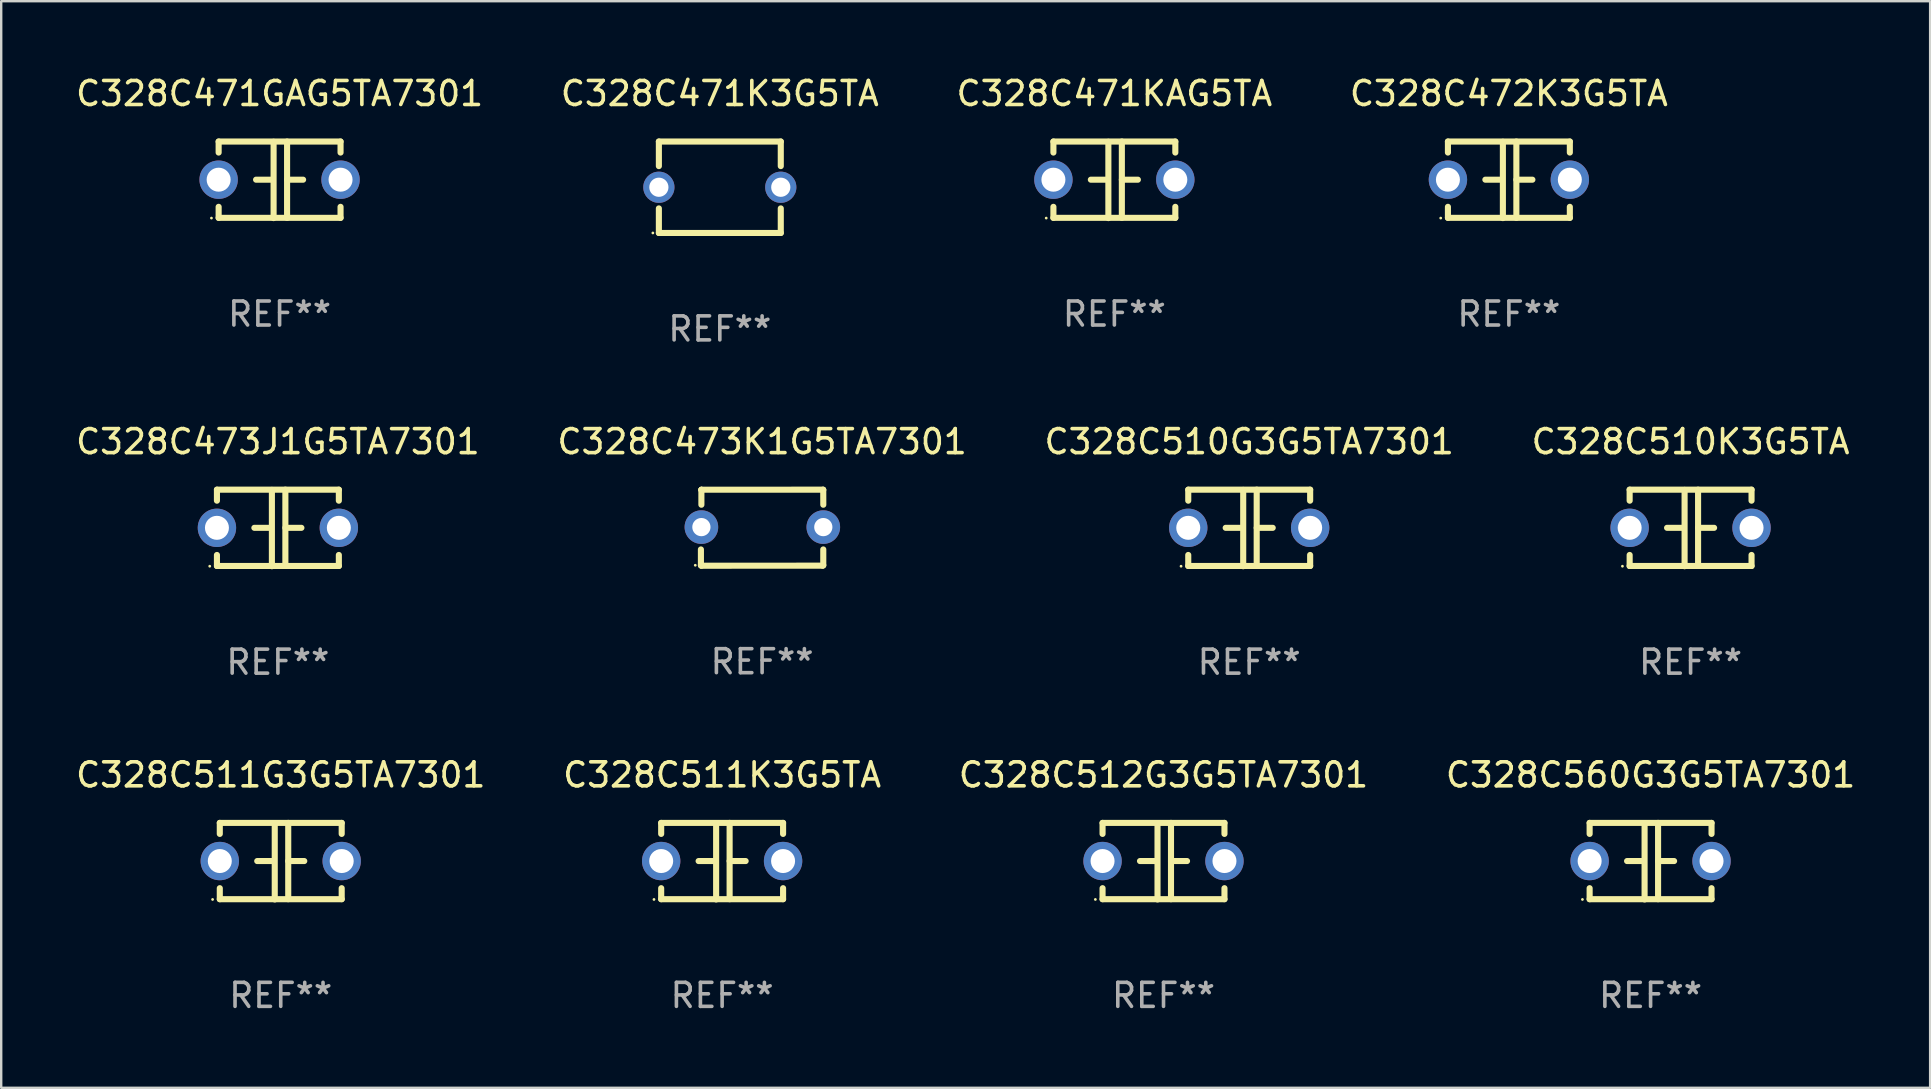
<source format=kicad_pcb>
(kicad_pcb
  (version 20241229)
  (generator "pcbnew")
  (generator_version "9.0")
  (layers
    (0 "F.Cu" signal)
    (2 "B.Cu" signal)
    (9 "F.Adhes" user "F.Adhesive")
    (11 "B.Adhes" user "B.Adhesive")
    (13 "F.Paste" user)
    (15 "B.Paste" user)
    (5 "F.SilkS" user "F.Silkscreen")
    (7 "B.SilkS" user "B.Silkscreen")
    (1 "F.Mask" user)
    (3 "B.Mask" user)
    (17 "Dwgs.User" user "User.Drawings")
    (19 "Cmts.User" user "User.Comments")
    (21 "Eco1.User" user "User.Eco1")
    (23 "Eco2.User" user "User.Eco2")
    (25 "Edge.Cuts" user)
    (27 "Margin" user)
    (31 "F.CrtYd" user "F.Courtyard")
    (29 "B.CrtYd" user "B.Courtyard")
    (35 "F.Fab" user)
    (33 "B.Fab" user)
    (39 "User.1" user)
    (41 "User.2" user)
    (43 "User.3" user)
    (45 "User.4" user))
  (footprint "C328C511G3G5TA7301"
    (layer "F.Cu")
    (at 8.649 32.836)
    (property "Reference" "C328C511G3G5TA7301" (at 0 -3.595 0) (layer "F.SilkS") (effects (font (size 1 1) (thickness 0.15))))
    (attr through_hole)
    (fp_line (start -2.54 -1.595) (end -2.54 -1.136) (stroke (width 0.254) (type solid)) (layer "F.SilkS"))
    (fp_line (start -2.54 -1.595) (end 2.54 -1.595) (stroke (width 0.254) (type solid)) (layer "F.SilkS"))
    (fp_line (start -2.54 1.126) (end -2.54 1.585) (stroke (width 0.254) (type solid)) (layer "F.SilkS"))
    (fp_line (start -0.312 -0.005) (end -0.98 -0.005) (stroke (width 0.254) (type solid)) (layer "F.SilkS"))
    (fp_line (start -0.25 -1.585) (end -0.25 1.595) (stroke (width 0.254) (type solid)) (layer "F.SilkS"))
    (fp_line (start 0.312 -1.595) (end 0.312 1.585) (stroke (width 0.254) (type solid)) (layer "F.SilkS"))
    (fp_line (start 0.312 -0.005) (end 0.98 -0.005) (stroke (width 0.254) (type solid)) (layer "F.SilkS"))
    (fp_line (start 2.54 -1.595) (end 2.54 -1.136) (stroke (width 0.254) (type solid)) (layer "F.SilkS"))
    (fp_line (start 2.54 1.126) (end 2.54 1.585) (stroke (width 0.254) (type solid)) (layer "F.SilkS"))
    (fp_line (start 2.54 1.585) (end -2.54 1.585) (stroke (width 0.254) (type solid)) (layer "F.SilkS"))
    (fp_circle (center -2.84 1.595) (end -2.81 1.595) (stroke (width 0.06) (type solid)) (fill no) (layer "F.SilkS"))
    (fp_text user "REF**" (at 0 5.595 0) (layer "F.Fab") (effects (font (size 1 1) (thickness 0.15))))
    (pad "1" thru_hole circle (at -2.54 -0.005) (size 1.6 1.6) (drill 1) (layers "*.Cu" "*.Mask"))
    (pad "2" thru_hole circle (at 2.54 -0.005) (size 1.6 1.6) (drill 1) (layers "*.Cu" "*.Mask")))
  (footprint "C328C510K3G5TA"
    (layer "F.Cu")
    (at 67.399 18.95)
    (property "Reference" "C328C510K3G5TA" (at 0 -3.595 0) (layer "F.SilkS") (effects (font (size 1 1) (thickness 0.15))))
    (attr through_hole)
    (fp_line (start -2.54 -1.595) (end -2.54 -1.136) (stroke (width 0.254) (type solid)) (layer "F.SilkS"))
    (fp_line (start -2.54 -1.595) (end 2.54 -1.595) (stroke (width 0.254) (type solid)) (layer "F.SilkS"))
    (fp_line (start -2.54 1.126) (end -2.54 1.585) (stroke (width 0.254) (type solid)) (layer "F.SilkS"))
    (fp_line (start -0.312 -0.005) (end -0.98 -0.005) (stroke (width 0.254) (type solid)) (layer "F.SilkS"))
    (fp_line (start -0.25 -1.585) (end -0.25 1.595) (stroke (width 0.254) (type solid)) (layer "F.SilkS"))
    (fp_line (start 0.312 -1.595) (end 0.312 1.585) (stroke (width 0.254) (type solid)) (layer "F.SilkS"))
    (fp_line (start 0.312 -0.005) (end 0.98 -0.005) (stroke (width 0.254) (type solid)) (layer "F.SilkS"))
    (fp_line (start 2.54 -1.595) (end 2.54 -1.136) (stroke (width 0.254) (type solid)) (layer "F.SilkS"))
    (fp_line (start 2.54 1.126) (end 2.54 1.585) (stroke (width 0.254) (type solid)) (layer "F.SilkS"))
    (fp_line (start 2.54 1.585) (end -2.54 1.585) (stroke (width 0.254) (type solid)) (layer "F.SilkS"))
    (fp_circle (center -2.84 1.595) (end -2.81 1.595) (stroke (width 0.06) (type solid)) (fill no) (layer "F.SilkS"))
    (fp_text user "REF**" (at 0 5.595 0) (layer "F.Fab") (effects (font (size 1 1) (thickness 0.15))))
    (pad "1" thru_hole circle (at -2.54 -0.005) (size 1.6 1.6) (drill 1) (layers "*.Cu" "*.Mask"))
    (pad "2" thru_hole circle (at 2.54 -0.005) (size 1.6 1.6) (drill 1) (layers "*.Cu" "*.Mask")))
  (footprint "C328C472K3G5TA"
    (layer "F.Cu")
    (at 59.827 4.443)
    (property "Reference" "C328C472K3G5TA" (at 0 -3.595 0) (layer "F.SilkS") (effects (font (size 1 1) (thickness 0.15))))
    (attr through_hole)
    (fp_line (start -2.54 -1.595) (end -2.54 -1.136) (stroke (width 0.254) (type solid)) (layer "F.SilkS"))
    (fp_line (start -2.54 -1.595) (end 2.54 -1.595) (stroke (width 0.254) (type solid)) (layer "F.SilkS"))
    (fp_line (start -2.54 1.126) (end -2.54 1.585) (stroke (width 0.254) (type solid)) (layer "F.SilkS"))
    (fp_line (start -0.312 -0.005) (end -0.98 -0.005) (stroke (width 0.254) (type solid)) (layer "F.SilkS"))
    (fp_line (start -0.25 -1.585) (end -0.25 1.595) (stroke (width 0.254) (type solid)) (layer "F.SilkS"))
    (fp_line (start 0.312 -1.595) (end 0.312 1.585) (stroke (width 0.254) (type solid)) (layer "F.SilkS"))
    (fp_line (start 0.312 -0.005) (end 0.98 -0.005) (stroke (width 0.254) (type solid)) (layer "F.SilkS"))
    (fp_line (start 2.54 -1.595) (end 2.54 -1.136) (stroke (width 0.254) (type solid)) (layer "F.SilkS"))
    (fp_line (start 2.54 1.126) (end 2.54 1.585) (stroke (width 0.254) (type solid)) (layer "F.SilkS"))
    (fp_line (start 2.54 1.585) (end -2.54 1.585) (stroke (width 0.254) (type solid)) (layer "F.SilkS"))
    (fp_circle (center -2.84 1.595) (end -2.81 1.595) (stroke (width 0.06) (type solid)) (fill no) (layer "F.SilkS"))
    (fp_text user "REF**" (at 0 5.595 0) (layer "F.Fab") (effects (font (size 1 1) (thickness 0.15))))
    (pad "1" thru_hole circle (at -2.54 -0.005) (size 1.6 1.6) (drill 1) (layers "*.Cu" "*.Mask"))
    (pad "2" thru_hole circle (at 2.54 -0.005) (size 1.6 1.6) (drill 1) (layers "*.Cu" "*.Mask")))
  (footprint "C328C471KAG5TA"
    (layer "F.Cu")
    (at 43.387 4.443)
    (property "Reference" "C328C471KAG5TA" (at 0 -3.595 0) (layer "F.SilkS") (effects (font (size 1 1) (thickness 0.15))))
    (attr through_hole)
    (fp_line (start -2.54 -1.595) (end -2.54 -1.136) (stroke (width 0.254) (type solid)) (layer "F.SilkS"))
    (fp_line (start -2.54 -1.595) (end 2.54 -1.595) (stroke (width 0.254) (type solid)) (layer "F.SilkS"))
    (fp_line (start -2.54 1.126) (end -2.54 1.585) (stroke (width 0.254) (type solid)) (layer "F.SilkS"))
    (fp_line (start -0.312 -0.005) (end -0.98 -0.005) (stroke (width 0.254) (type solid)) (layer "F.SilkS"))
    (fp_line (start -0.25 -1.585) (end -0.25 1.595) (stroke (width 0.254) (type solid)) (layer "F.SilkS"))
    (fp_line (start 0.312 -1.595) (end 0.312 1.585) (stroke (width 0.254) (type solid)) (layer "F.SilkS"))
    (fp_line (start 0.312 -0.005) (end 0.98 -0.005) (stroke (width 0.254) (type solid)) (layer "F.SilkS"))
    (fp_line (start 2.54 -1.595) (end 2.54 -1.136) (stroke (width 0.254) (type solid)) (layer "F.SilkS"))
    (fp_line (start 2.54 1.126) (end 2.54 1.585) (stroke (width 0.254) (type solid)) (layer "F.SilkS"))
    (fp_line (start 2.54 1.585) (end -2.54 1.585) (stroke (width 0.254) (type solid)) (layer "F.SilkS"))
    (fp_circle (center -2.84 1.595) (end -2.81 1.595) (stroke (width 0.06) (type solid)) (fill no) (layer "F.SilkS"))
    (fp_text user "REF**" (at 0 5.595 0) (layer "F.Fab") (effects (font (size 1 1) (thickness 0.15))))
    (pad "1" thru_hole circle (at -2.54 -0.005) (size 1.6 1.6) (drill 1) (layers "*.Cu" "*.Mask"))
    (pad "2" thru_hole circle (at 2.54 -0.005) (size 1.6 1.6) (drill 1) (layers "*.Cu" "*.Mask")))
  (footprint "C328C473K1G5TA7301"
    (layer "F.Cu")
    (at 28.708 18.94)
    (property "Reference" "C328C473K1G5TA7301" (at 0 -3.585 0) (layer "F.SilkS") (effects (font (size 1 1) (thickness 0.15))))
    (attr through_hole)
    (fp_line (start -2.55 1.566) (end -2.55 0.906) (stroke (width 0.254) (type solid)) (layer "F.SilkS"))
    (fp_line (start -2.531 1.585) (end -2.55 1.566) (stroke (width 0.254) (type solid)) (layer "F.SilkS"))
    (fp_line (start -2.53 -1.577) (end -2.53 -1.577) (stroke (width 0.254) (type solid)) (layer "F.SilkS"))
    (fp_line (start -2.53 -1.577) (end -2.528 -1.583) (stroke (width 0.254) (type solid)) (layer "F.SilkS"))
    (fp_line (start -2.53 -0.957) (end -2.53 -1.577) (stroke (width 0.254) (type solid)) (layer "F.SilkS"))
    (fp_line (start -2.528 -1.583) (end 2.54 -1.585) (stroke (width 0.254) (type solid)) (layer "F.SilkS"))
    (fp_line (start 2.524 1.582) (end -2.531 1.585) (stroke (width 0.254) (type solid)) (layer "F.SilkS"))
    (fp_line (start 2.54 -1.585) (end 2.548 -1.575) (stroke (width 0.254) (type solid)) (layer "F.SilkS"))
    (fp_line (start 2.548 -1.575) (end 2.55 -0.957) (stroke (width 0.254) (type solid)) (layer "F.SilkS"))
    (fp_line (start 2.549 0.906) (end 2.549 1.566) (stroke (width 0.254) (type solid)) (layer "F.SilkS"))
    (fp_line (start 2.549 1.566) (end 2.524 1.582) (stroke (width 0.254) (type solid)) (layer "F.SilkS"))
    (fp_circle (center -2.785 1.565) (end -2.755 1.565) (stroke (width 0.06) (type solid)) (fill no) (layer "F.SilkS"))
    (fp_text user "REF**" (at 0 5.585 0) (layer "F.Fab") (effects (font (size 1 1) (thickness 0.15))))
    (pad "1" thru_hole circle (at -2.53 -0.025) (size 1.4 1.4) (drill 0.76) (layers "*.Cu" "*.Mask"))
    (pad "2" thru_hole circle (at 2.55 -0.025) (size 1.4 1.4) (drill 0.76) (layers "*.Cu" "*.Mask")))
  (footprint "C328C473J1G5TA7301"
    (layer "F.Cu")
    (at 8.53 18.95)
    (property "Reference" "C328C473J1G5TA7301" (at 0 -3.595 0) (layer "F.SilkS") (effects (font (size 1 1) (thickness 0.15))))
    (attr through_hole)
    (fp_line (start -2.54 -1.595) (end -2.54 -1.136) (stroke (width 0.254) (type solid)) (layer "F.SilkS"))
    (fp_line (start -2.54 -1.595) (end 2.54 -1.595) (stroke (width 0.254) (type solid)) (layer "F.SilkS"))
    (fp_line (start -2.54 1.126) (end -2.54 1.585) (stroke (width 0.254) (type solid)) (layer "F.SilkS"))
    (fp_line (start -0.312 -0.005) (end -0.98 -0.005) (stroke (width 0.254) (type solid)) (layer "F.SilkS"))
    (fp_line (start -0.25 -1.585) (end -0.25 1.595) (stroke (width 0.254) (type solid)) (layer "F.SilkS"))
    (fp_line (start 0.312 -1.595) (end 0.312 1.585) (stroke (width 0.254) (type solid)) (layer "F.SilkS"))
    (fp_line (start 0.312 -0.005) (end 0.98 -0.005) (stroke (width 0.254) (type solid)) (layer "F.SilkS"))
    (fp_line (start 2.54 -1.595) (end 2.54 -1.136) (stroke (width 0.254) (type solid)) (layer "F.SilkS"))
    (fp_line (start 2.54 1.126) (end 2.54 1.585) (stroke (width 0.254) (type solid)) (layer "F.SilkS"))
    (fp_line (start 2.54 1.585) (end -2.54 1.585) (stroke (width 0.254) (type solid)) (layer "F.SilkS"))
    (fp_circle (center -2.84 1.595) (end -2.81 1.595) (stroke (width 0.06) (type solid)) (fill no) (layer "F.SilkS"))
    (fp_text user "REF**" (at 0 5.595 0) (layer "F.Fab") (effects (font (size 1 1) (thickness 0.15))))
    (pad "1" thru_hole circle (at -2.54 -0.005) (size 1.6 1.6) (drill 1) (layers "*.Cu" "*.Mask"))
    (pad "2" thru_hole circle (at 2.54 -0.005) (size 1.6 1.6) (drill 1) (layers "*.Cu" "*.Mask")))
  (footprint "C328C471GAG5TA7301"
    (layer "F.Cu")
    (at 8.601 4.443)
    (property "Reference" "C328C471GAG5TA7301" (at 0 -3.595 0) (layer "F.SilkS") (effects (font (size 1 1) (thickness 0.15))))
    (attr through_hole)
    (fp_line (start -2.54 -1.595) (end -2.54 -1.136) (stroke (width 0.254) (type solid)) (layer "F.SilkS"))
    (fp_line (start -2.54 -1.595) (end 2.54 -1.595) (stroke (width 0.254) (type solid)) (layer "F.SilkS"))
    (fp_line (start -2.54 1.126) (end -2.54 1.585) (stroke (width 0.254) (type solid)) (layer "F.SilkS"))
    (fp_line (start -0.312 -0.005) (end -0.98 -0.005) (stroke (width 0.254) (type solid)) (layer "F.SilkS"))
    (fp_line (start -0.25 -1.585) (end -0.25 1.595) (stroke (width 0.254) (type solid)) (layer "F.SilkS"))
    (fp_line (start 0.312 -1.595) (end 0.312 1.585) (stroke (width 0.254) (type solid)) (layer "F.SilkS"))
    (fp_line (start 0.312 -0.005) (end 0.98 -0.005) (stroke (width 0.254) (type solid)) (layer "F.SilkS"))
    (fp_line (start 2.54 -1.595) (end 2.54 -1.136) (stroke (width 0.254) (type solid)) (layer "F.SilkS"))
    (fp_line (start 2.54 1.126) (end 2.54 1.585) (stroke (width 0.254) (type solid)) (layer "F.SilkS"))
    (fp_line (start 2.54 1.585) (end -2.54 1.585) (stroke (width 0.254) (type solid)) (layer "F.SilkS"))
    (fp_circle (center -2.84 1.595) (end -2.81 1.595) (stroke (width 0.06) (type solid)) (fill no) (layer "F.SilkS"))
    (fp_text user "REF**" (at 0 5.595 0) (layer "F.Fab") (effects (font (size 1 1) (thickness 0.15))))
    (pad "1" thru_hole circle (at -2.54 -0.005) (size 1.6 1.6) (drill 1) (layers "*.Cu" "*.Mask"))
    (pad "2" thru_hole circle (at 2.54 -0.005) (size 1.6 1.6) (drill 1) (layers "*.Cu" "*.Mask")))
  (footprint "C328C560G3G5TA7301"
    (layer "F.Cu")
    (at 65.732 32.836)
    (property "Reference" "C328C560G3G5TA7301" (at 0 -3.595 0) (layer "F.SilkS") (effects (font (size 1 1) (thickness 0.15))))
    (attr through_hole)
    (fp_line (start -2.54 -1.595) (end -2.54 -1.136) (stroke (width 0.254) (type solid)) (layer "F.SilkS"))
    (fp_line (start -2.54 -1.595) (end 2.54 -1.595) (stroke (width 0.254) (type solid)) (layer "F.SilkS"))
    (fp_line (start -2.54 1.126) (end -2.54 1.585) (stroke (width 0.254) (type solid)) (layer "F.SilkS"))
    (fp_line (start -0.312 -0.005) (end -0.98 -0.005) (stroke (width 0.254) (type solid)) (layer "F.SilkS"))
    (fp_line (start -0.25 -1.585) (end -0.25 1.595) (stroke (width 0.254) (type solid)) (layer "F.SilkS"))
    (fp_line (start 0.312 -1.595) (end 0.312 1.585) (stroke (width 0.254) (type solid)) (layer "F.SilkS"))
    (fp_line (start 0.312 -0.005) (end 0.98 -0.005) (stroke (width 0.254) (type solid)) (layer "F.SilkS"))
    (fp_line (start 2.54 -1.595) (end 2.54 -1.136) (stroke (width 0.254) (type solid)) (layer "F.SilkS"))
    (fp_line (start 2.54 1.126) (end 2.54 1.585) (stroke (width 0.254) (type solid)) (layer "F.SilkS"))
    (fp_line (start 2.54 1.585) (end -2.54 1.585) (stroke (width 0.254) (type solid)) (layer "F.SilkS"))
    (fp_circle (center -2.84 1.595) (end -2.81 1.595) (stroke (width 0.06) (type solid)) (fill no) (layer "F.SilkS"))
    (fp_text user "REF**" (at 0 5.595 0) (layer "F.Fab") (effects (font (size 1 1) (thickness 0.15))))
    (pad "1" thru_hole circle (at -2.54 -0.005) (size 1.6 1.6) (drill 1) (layers "*.Cu" "*.Mask"))
    (pad "2" thru_hole circle (at 2.54 -0.005) (size 1.6 1.6) (drill 1) (layers "*.Cu" "*.Mask")))
  (footprint "C328C510G3G5TA7301"
    (layer "F.Cu")
    (at 49.006 18.95)
    (property "Reference" "C328C510G3G5TA7301" (at 0 -3.595 0) (layer "F.SilkS") (effects (font (size 1 1) (thickness 0.15))))
    (attr through_hole)
    (fp_line (start -2.54 -1.595) (end -2.54 -1.136) (stroke (width 0.254) (type solid)) (layer "F.SilkS"))
    (fp_line (start -2.54 -1.595) (end 2.54 -1.595) (stroke (width 0.254) (type solid)) (layer "F.SilkS"))
    (fp_line (start -2.54 1.126) (end -2.54 1.585) (stroke (width 0.254) (type solid)) (layer "F.SilkS"))
    (fp_line (start -0.312 -0.005) (end -0.98 -0.005) (stroke (width 0.254) (type solid)) (layer "F.SilkS"))
    (fp_line (start -0.25 -1.585) (end -0.25 1.595) (stroke (width 0.254) (type solid)) (layer "F.SilkS"))
    (fp_line (start 0.312 -1.595) (end 0.312 1.585) (stroke (width 0.254) (type solid)) (layer "F.SilkS"))
    (fp_line (start 0.312 -0.005) (end 0.98 -0.005) (stroke (width 0.254) (type solid)) (layer "F.SilkS"))
    (fp_line (start 2.54 -1.595) (end 2.54 -1.136) (stroke (width 0.254) (type solid)) (layer "F.SilkS"))
    (fp_line (start 2.54 1.126) (end 2.54 1.585) (stroke (width 0.254) (type solid)) (layer "F.SilkS"))
    (fp_line (start 2.54 1.585) (end -2.54 1.585) (stroke (width 0.254) (type solid)) (layer "F.SilkS"))
    (fp_circle (center -2.84 1.595) (end -2.81 1.595) (stroke (width 0.06) (type solid)) (fill no) (layer "F.SilkS"))
    (fp_text user "REF**" (at 0 5.595 0) (layer "F.Fab") (effects (font (size 1 1) (thickness 0.15))))
    (pad "1" thru_hole circle (at -2.54 -0.005) (size 1.6 1.6) (drill 1) (layers "*.Cu" "*.Mask"))
    (pad "2" thru_hole circle (at 2.54 -0.005) (size 1.6 1.6) (drill 1) (layers "*.Cu" "*.Mask")))
  (footprint "C328C512G3G5TA7301"
    (layer "F.Cu")
    (at 45.435 32.836)
    (property "Reference" "C328C512G3G5TA7301" (at 0 -3.595 0) (layer "F.SilkS") (effects (font (size 1 1) (thickness 0.15))))
    (attr through_hole)
    (fp_line (start -2.54 -1.595) (end -2.54 -1.136) (stroke (width 0.254) (type solid)) (layer "F.SilkS"))
    (fp_line (start -2.54 -1.595) (end 2.54 -1.595) (stroke (width 0.254) (type solid)) (layer "F.SilkS"))
    (fp_line (start -2.54 1.126) (end -2.54 1.585) (stroke (width 0.254) (type solid)) (layer "F.SilkS"))
    (fp_line (start -0.312 -0.005) (end -0.98 -0.005) (stroke (width 0.254) (type solid)) (layer "F.SilkS"))
    (fp_line (start -0.25 -1.585) (end -0.25 1.595) (stroke (width 0.254) (type solid)) (layer "F.SilkS"))
    (fp_line (start 0.312 -1.595) (end 0.312 1.585) (stroke (width 0.254) (type solid)) (layer "F.SilkS"))
    (fp_line (start 0.312 -0.005) (end 0.98 -0.005) (stroke (width 0.254) (type solid)) (layer "F.SilkS"))
    (fp_line (start 2.54 -1.595) (end 2.54 -1.136) (stroke (width 0.254) (type solid)) (layer "F.SilkS"))
    (fp_line (start 2.54 1.126) (end 2.54 1.585) (stroke (width 0.254) (type solid)) (layer "F.SilkS"))
    (fp_line (start 2.54 1.585) (end -2.54 1.585) (stroke (width 0.254) (type solid)) (layer "F.SilkS"))
    (fp_circle (center -2.84 1.595) (end -2.81 1.595) (stroke (width 0.06) (type solid)) (fill no) (layer "F.SilkS"))
    (fp_text user "REF**" (at 0 5.595 0) (layer "F.Fab") (effects (font (size 1 1) (thickness 0.15))))
    (pad "1" thru_hole circle (at -2.54 -0.005) (size 1.6 1.6) (drill 1) (layers "*.Cu" "*.Mask"))
    (pad "2" thru_hole circle (at 2.54 -0.005) (size 1.6 1.6) (drill 1) (layers "*.Cu" "*.Mask")))
  (footprint "C328C511K3G5TA"
    (layer "F.Cu")
    (at 27.042 32.836)
    (property "Reference" "C328C511K3G5TA" (at 0 -3.595 0) (layer "F.SilkS") (effects (font (size 1 1) (thickness 0.15))))
    (attr through_hole)
    (fp_line (start -2.54 -1.595) (end -2.54 -1.136) (stroke (width 0.254) (type solid)) (layer "F.SilkS"))
    (fp_line (start -2.54 -1.595) (end 2.54 -1.595) (stroke (width 0.254) (type solid)) (layer "F.SilkS"))
    (fp_line (start -2.54 1.126) (end -2.54 1.585) (stroke (width 0.254) (type solid)) (layer "F.SilkS"))
    (fp_line (start -0.312 -0.005) (end -0.98 -0.005) (stroke (width 0.254) (type solid)) (layer "F.SilkS"))
    (fp_line (start -0.25 -1.585) (end -0.25 1.595) (stroke (width 0.254) (type solid)) (layer "F.SilkS"))
    (fp_line (start 0.312 -1.595) (end 0.312 1.585) (stroke (width 0.254) (type solid)) (layer "F.SilkS"))
    (fp_line (start 0.312 -0.005) (end 0.98 -0.005) (stroke (width 0.254) (type solid)) (layer "F.SilkS"))
    (fp_line (start 2.54 -1.595) (end 2.54 -1.136) (stroke (width 0.254) (type solid)) (layer "F.SilkS"))
    (fp_line (start 2.54 1.126) (end 2.54 1.585) (stroke (width 0.254) (type solid)) (layer "F.SilkS"))
    (fp_line (start 2.54 1.585) (end -2.54 1.585) (stroke (width 0.254) (type solid)) (layer "F.SilkS"))
    (fp_circle (center -2.84 1.595) (end -2.81 1.595) (stroke (width 0.06) (type solid)) (fill no) (layer "F.SilkS"))
    (fp_text user "REF**" (at 0 5.595 0) (layer "F.Fab") (effects (font (size 1 1) (thickness 0.15))))
    (pad "1" thru_hole circle (at -2.54 -0.005) (size 1.6 1.6) (drill 1) (layers "*.Cu" "*.Mask"))
    (pad "2" thru_hole circle (at 2.54 -0.005) (size 1.6 1.6) (drill 1) (layers "*.Cu" "*.Mask")))
  (footprint "C328C471K3G5TA"
    (layer "F.Cu")
    (at 26.946 4.753)
    (property "Reference" "C328C471K3G5TA" (at 0 -3.905 0) (layer "F.SilkS") (effects (font (size 1 1) (thickness 0.15))))
    (attr through_hole)
    (fp_line (start -2.54 -1.905) (end -2.54 -0.881) (stroke (width 0.254) (type solid)) (layer "F.SilkS"))
    (fp_line (start -2.54 0.881) (end -2.54 1.905) (stroke (width 0.254) (type solid)) (layer "F.SilkS"))
    (fp_line (start -2.54 1.905) (end 2.54 1.905) (stroke (width 0.254) (type solid)) (layer "F.SilkS"))
    (fp_line (start 2.54 -1.905) (end -2.54 -1.905) (stroke (width 0.254) (type solid)) (layer "F.SilkS"))
    (fp_line (start 2.54 -0.881) (end 2.54 -1.905) (stroke (width 0.254) (type solid)) (layer "F.SilkS"))
    (fp_line (start 2.54 1.905) (end 2.54 0.881) (stroke (width 0.254) (type solid)) (layer "F.SilkS"))
    (fp_circle (center -2.79 1.905) (end -2.76 1.905) (stroke (width 0.06) (type solid)) (fill no) (layer "F.SilkS"))
    (fp_text user "REF**" (at 0 5.905 0) (layer "F.Fab") (effects (font (size 1 1) (thickness 0.15))))
    (pad "1" thru_hole circle (at -2.54 0) (size 1.3 1.3) (drill 0.8) (layers "*.Cu" "*.Mask"))
    (pad "2" thru_hole circle (at 2.54 0) (size 1.3 1.3) (drill 0.8) (layers "*.Cu" "*.Mask")))
  (gr_rect
    (start -3 -3)
    (end 77.381 42.279)
    (stroke (width 0.1) (type default))
    (fill no)
    (layer "Edge.Cuts")))
</source>
